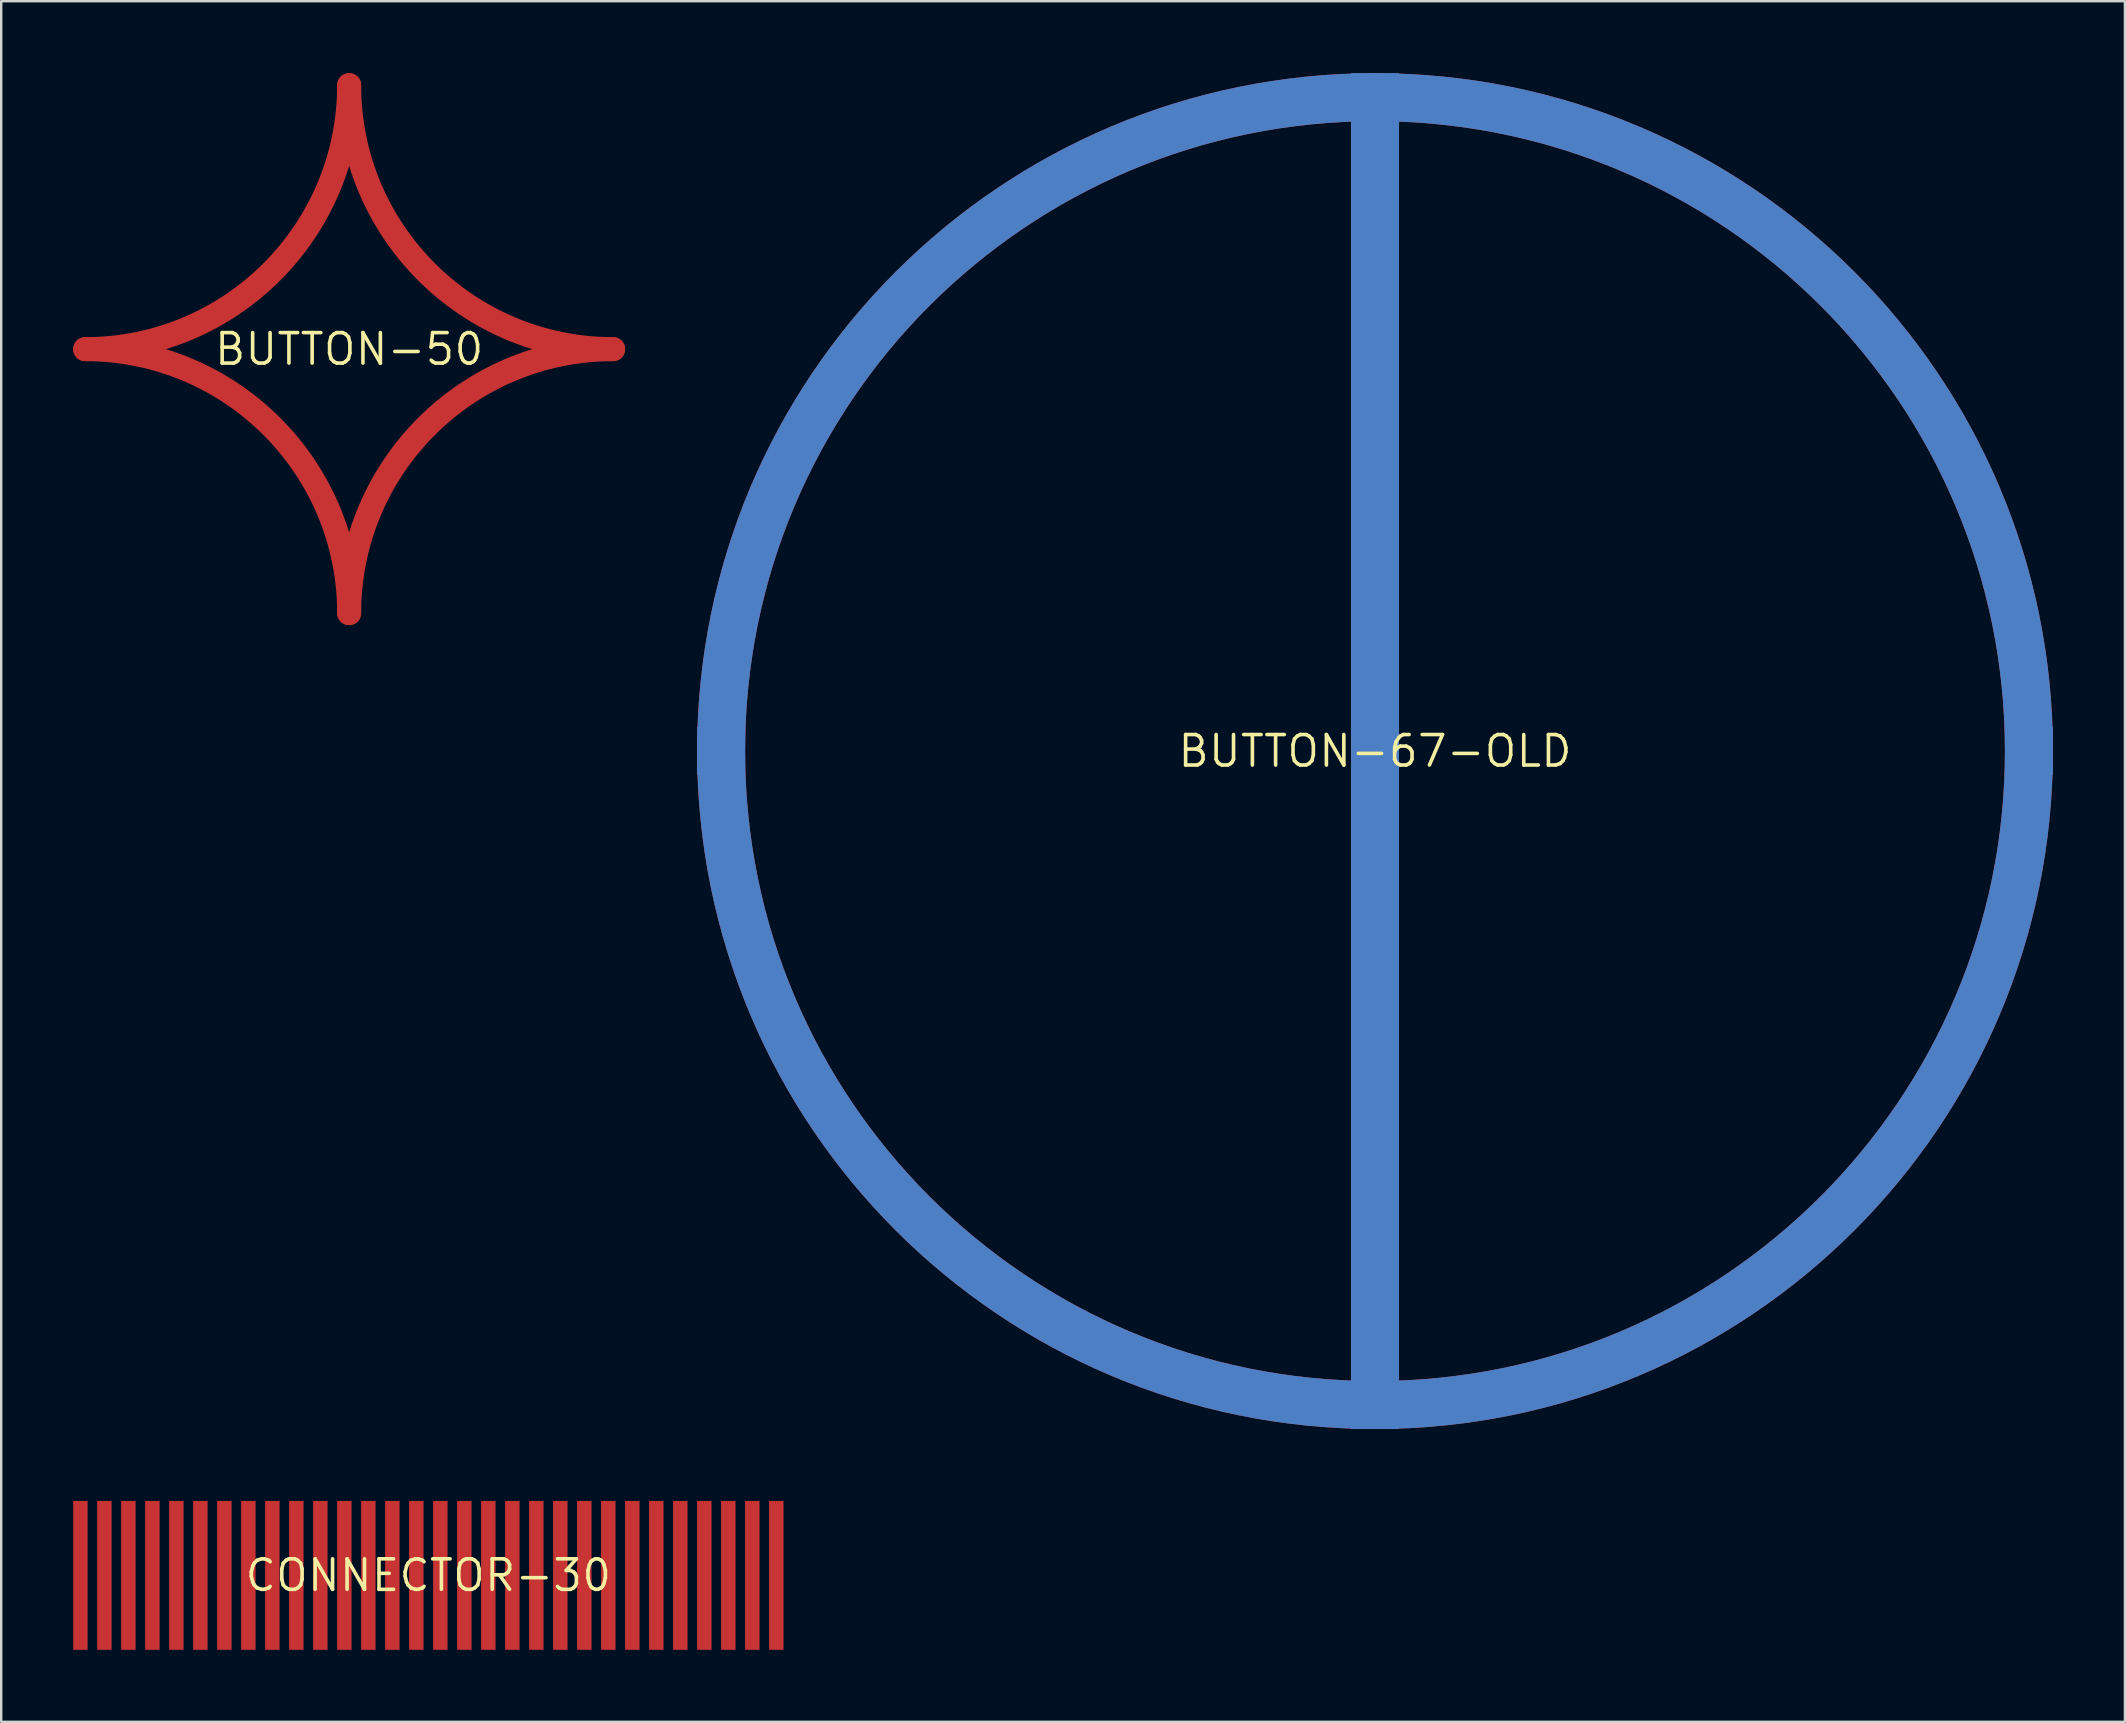
<source format=kicad_pcb>
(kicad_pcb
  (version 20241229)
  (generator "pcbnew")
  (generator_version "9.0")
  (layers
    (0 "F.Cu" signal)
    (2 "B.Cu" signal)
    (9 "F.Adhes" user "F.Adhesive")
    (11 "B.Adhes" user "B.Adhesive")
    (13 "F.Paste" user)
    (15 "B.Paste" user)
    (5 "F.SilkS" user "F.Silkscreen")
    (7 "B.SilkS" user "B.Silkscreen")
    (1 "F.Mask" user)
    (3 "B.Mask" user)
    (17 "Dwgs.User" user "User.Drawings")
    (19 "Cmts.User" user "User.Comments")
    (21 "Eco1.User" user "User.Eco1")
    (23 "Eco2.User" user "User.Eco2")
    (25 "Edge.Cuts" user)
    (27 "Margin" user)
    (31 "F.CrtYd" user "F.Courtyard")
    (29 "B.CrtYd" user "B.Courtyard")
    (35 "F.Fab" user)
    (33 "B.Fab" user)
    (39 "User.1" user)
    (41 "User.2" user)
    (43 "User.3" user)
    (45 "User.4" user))
  (footprint "BUTTON-50"
    (layer "F.Cu")
    (at 11.5 11.5)
    (property "Reference" "BUTTON-50" (at 0 0 0) (unlocked yes) (layer "F.SilkS") (effects (font (size 1.27 1.27) (thickness 0.15))))
    (fp_arc (start -11 0) (mid -3.221825 3.221825) (end 0 11) (stroke (width 1) (type solid)) (layer "F.Cu"))
    (fp_arc (start 0 -11) (mid -3.221825 -3.221825) (end -11 0) (stroke (width 1) (type solid)) (layer "F.Cu"))
    (fp_arc (start 0 11) (mid 3.221825 3.221825) (end 11 0) (stroke (width 1) (type solid)) (layer "F.Cu"))
    (fp_arc (start 11 0) (mid 3.221825 -3.221825) (end 0 -11) (stroke (width 1) (type solid)) (layer "F.Cu"))
    (pad "T" smd rect (at -11 0) (size 0.5 0.5) (layers "F.Cu" "F.Mask" "F.Paste")))
  (footprint "BUTTON-67-OLD"
    (layer "F.Cu")
    (at 54.25 28.25)
    (property "Reference" "BUTTON-67-OLD" (at 0 0 0) (unlocked yes) (layer "F.SilkS") (effects (font (size 1.27 1.27) (thickness 0.15))))
    (fp_line (start 0 -27.25) (end 0 27.25) (stroke (width 2) (type solid)) (layer "F.Cu"))
    (fp_circle (center 0 0) (end 27.25 0) (stroke (width 2) (type solid)) (fill no) (layer "F.Cu"))
    (fp_line (start 0 -27.25) (end 0 27.25) (stroke (width 2) (type solid)) (layer "B.Cu"))
    (fp_circle (center 0 0) (end 27.25 0) (stroke (width 2) (type solid)) (fill no) (layer "B.Cu"))
    (pad "B1" smd rect (at 0 -27.25) (size 2 2) (layers "B.Cu" "B.Mask" "B.Paste"))
    (pad "B2" smd rect (at 27.25 0) (size 2 2) (layers "B.Cu" "B.Mask" "B.Paste"))
    (pad "B3" smd rect (at 0 27.25) (size 2 2) (layers "B.Cu" "B.Mask" "B.Paste"))
    (pad "B4" smd rect (at -27.25 0) (size 2 2) (layers "B.Cu" "B.Mask" "B.Paste"))
    (pad "T1" smd rect (at 0 -27.25) (size 1 1) (layers "F.Cu" "F.Mask" "F.Paste"))
    (pad "T2" smd rect (at 27.25 0) (size 1 1) (layers "F.Cu" "F.Mask" "F.Paste"))
    (pad "T3" smd rect (at 0 27.25) (size 1 1) (layers "F.Cu" "F.Mask" "F.Paste"))
    (pad "T4" smd rect (at -27.25 0) (size 1 1) (layers "F.Cu" "F.Mask" "F.Paste")))
  (footprint "CONNECTOR-30"
    (layer "F.Cu")
    (at 14.8 62.6)
    (property "Reference" "CONNECTOR-30" (at 0 0 0) (unlocked yes) (layer "F.SilkS") (effects (font (size 1.27 1.27) (thickness 0.15))))
    (pad "1" smd rect (at -14.5 0 180) (size 0.6 6.2) (layers "F.Cu" "F.Mask" "F.Paste"))
    (pad "2" smd rect (at -13.5 0 180) (size 0.6 6.2) (layers "F.Cu" "F.Mask" "F.Paste"))
    (pad "3" smd rect (at -12.5 0 180) (size 0.6 6.2) (layers "F.Cu" "F.Mask" "F.Paste"))
    (pad "4" smd rect (at -11.5 0 180) (size 0.6 6.2) (layers "F.Cu" "F.Mask" "F.Paste"))
    (pad "5" smd rect (at -10.5 0 180) (size 0.6 6.2) (layers "F.Cu" "F.Mask" "F.Paste"))
    (pad "6" smd rect (at -9.5 0 180) (size 0.6 6.2) (layers "F.Cu" "F.Mask" "F.Paste"))
    (pad "7" smd rect (at -8.5 0 180) (size 0.6 6.2) (layers "F.Cu" "F.Mask" "F.Paste"))
    (pad "8" smd rect (at -7.5 0 180) (size 0.6 6.2) (layers "F.Cu" "F.Mask" "F.Paste"))
    (pad "9" smd rect (at -6.5 0 180) (size 0.6 6.2) (layers "F.Cu" "F.Mask" "F.Paste"))
    (pad "10" smd rect (at -5.5 0 180) (size 0.6 6.2) (layers "F.Cu" "F.Mask" "F.Paste"))
    (pad "11" smd rect (at -4.5 0 180) (size 0.6 6.2) (layers "F.Cu" "F.Mask" "F.Paste"))
    (pad "12" smd rect (at -3.5 0 180) (size 0.6 6.2) (layers "F.Cu" "F.Mask" "F.Paste"))
    (pad "13" smd rect (at -2.5 0 180) (size 0.6 6.2) (layers "F.Cu" "F.Mask" "F.Paste"))
    (pad "14" smd rect (at -1.5 0 180) (size 0.6 6.2) (layers "F.Cu" "F.Mask" "F.Paste"))
    (pad "15" smd rect (at -0.5 0 180) (size 0.6 6.2) (layers "F.Cu" "F.Mask" "F.Paste"))
    (pad "16" smd rect (at 0.5 0 180) (size 0.6 6.2) (layers "F.Cu" "F.Mask" "F.Paste"))
    (pad "17" smd rect (at 1.5 0 180) (size 0.6 6.2) (layers "F.Cu" "F.Mask" "F.Paste"))
    (pad "18" smd rect (at 2.5 0 180) (size 0.6 6.2) (layers "F.Cu" "F.Mask" "F.Paste"))
    (pad "19" smd rect (at 3.5 0 180) (size 0.6 6.2) (layers "F.Cu" "F.Mask" "F.Paste"))
    (pad "20" smd rect (at 4.5 0 180) (size 0.6 6.2) (layers "F.Cu" "F.Mask" "F.Paste"))
    (pad "21" smd rect (at 5.5 0 180) (size 0.6 6.2) (layers "F.Cu" "F.Mask" "F.Paste"))
    (pad "22" smd rect (at 6.5 0 180) (size 0.6 6.2) (layers "F.Cu" "F.Mask" "F.Paste"))
    (pad "23" smd rect (at 7.5 0 180) (size 0.6 6.2) (layers "F.Cu" "F.Mask" "F.Paste"))
    (pad "24" smd rect (at 8.5 0 180) (size 0.6 6.2) (layers "F.Cu" "F.Mask" "F.Paste"))
    (pad "25" smd rect (at 9.5 0 180) (size 0.6 6.2) (layers "F.Cu" "F.Mask" "F.Paste"))
    (pad "26" smd rect (at 10.5 0 180) (size 0.6 6.2) (layers "F.Cu" "F.Mask" "F.Paste"))
    (pad "27" smd rect (at 11.5 0 180) (size 0.6 6.2) (layers "F.Cu" "F.Mask" "F.Paste"))
    (pad "28" smd rect (at 12.5 0 180) (size 0.6 6.2) (layers "F.Cu" "F.Mask" "F.Paste"))
    (pad "29" smd rect (at 13.5 0 180) (size 0.6 6.2) (layers "F.Cu" "F.Mask" "F.Paste"))
    (pad "30" smd rect (at 14.5 0 180) (size 0.6 6.2) (layers "F.Cu" "F.Mask" "F.Paste")))
  (gr_rect
    (start -3 -3)
    (end 85.5 68.7)
    (stroke (width 0.1) (type default))
    (fill no)
    (layer "Edge.Cuts")))
</source>
